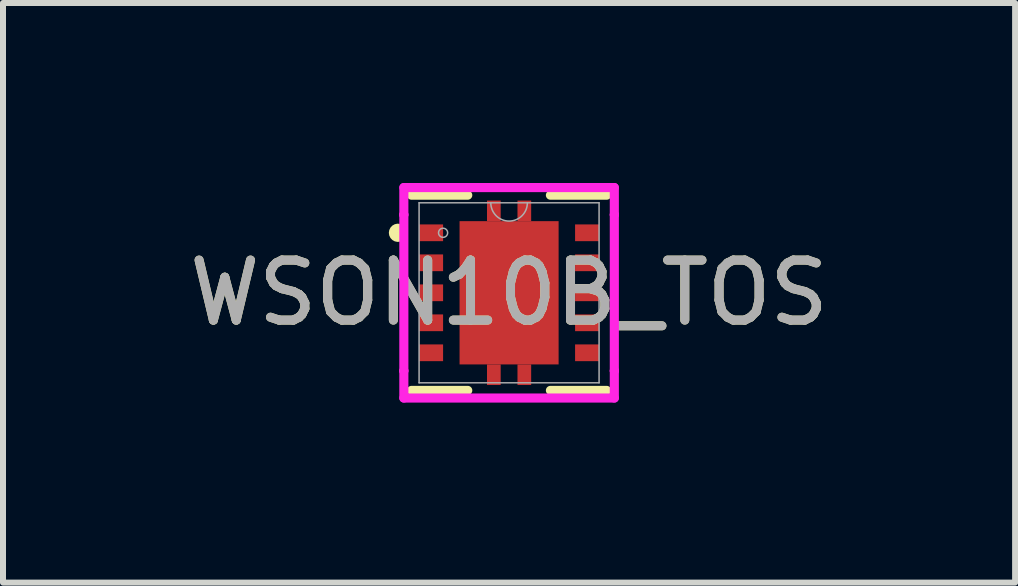
<source format=kicad_pcb>
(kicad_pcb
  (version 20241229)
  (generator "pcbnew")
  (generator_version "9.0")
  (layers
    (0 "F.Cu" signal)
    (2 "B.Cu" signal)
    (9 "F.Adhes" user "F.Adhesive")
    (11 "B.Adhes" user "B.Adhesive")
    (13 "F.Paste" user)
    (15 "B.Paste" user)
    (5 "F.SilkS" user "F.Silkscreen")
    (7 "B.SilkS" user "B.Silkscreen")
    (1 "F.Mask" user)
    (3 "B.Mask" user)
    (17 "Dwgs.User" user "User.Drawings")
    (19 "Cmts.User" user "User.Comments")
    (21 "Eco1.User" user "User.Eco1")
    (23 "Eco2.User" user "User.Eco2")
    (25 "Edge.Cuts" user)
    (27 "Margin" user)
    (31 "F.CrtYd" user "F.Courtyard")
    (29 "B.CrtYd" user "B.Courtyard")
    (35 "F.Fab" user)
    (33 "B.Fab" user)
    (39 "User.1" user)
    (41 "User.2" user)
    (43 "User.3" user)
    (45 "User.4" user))
  (footprint "WSON10B_TOS"
    (layer "F.Cu")
    (at 5.435 1.83)
    (property "Reference" "WSON10B_TOS" (at 0 0 0) (unlocked yes) (layer "F.SilkS") (effects (font (size 1 1) (thickness 0.15))))
    (attr smd)
    (fp_poly (pts (xy -0.368 -1.194) (xy -0.368 -1.537) (xy -0.14 -1.537) (xy -0.14 -1.194)) (stroke (width 0) (type solid)) (fill yes) (layer "F.Cu"))
    (fp_poly (pts (xy -0.368 1.194) (xy -0.368 1.537) (xy -0.14 1.537) (xy -0.14 1.194)) (stroke (width 0) (type solid)) (fill yes) (layer "F.Cu"))
    (fp_poly (pts (xy 0.368 -1.194) (xy 0.368 -1.537) (xy 0.14 -1.537) (xy 0.14 -1.194)) (stroke (width 0) (type solid)) (fill yes) (layer "F.Cu"))
    (fp_poly (pts (xy 0.368 1.194) (xy 0.368 1.537) (xy 0.14 1.537) (xy 0.14 1.194)) (stroke (width 0) (type solid)) (fill yes) (layer "F.Cu"))
    (fp_poly (pts (xy -0.368 -1.194) (xy -0.368 -1.537) (xy -0.14 -1.537) (xy -0.14 -1.194)) (stroke (width 0) (type solid)) (fill yes) (layer "F.Mask"))
    (fp_poly (pts (xy -0.368 1.194) (xy -0.368 1.537) (xy -0.14 1.537) (xy -0.14 1.194)) (stroke (width 0) (type solid)) (fill yes) (layer "F.Mask"))
    (fp_poly (pts (xy 0.368 -1.194) (xy 0.368 -1.537) (xy 0.14 -1.537) (xy 0.14 -1.194)) (stroke (width 0) (type solid)) (fill yes) (layer "F.Mask"))
    (fp_poly (pts (xy 0.368 1.194) (xy 0.368 1.537) (xy 0.14 1.537) (xy 0.14 1.194)) (stroke (width 0) (type solid)) (fill yes) (layer "F.Mask"))
    (fp_line (start -1.627 1.627) (end -0.689 1.627) (stroke (width 0.152) (type solid)) (layer "F.SilkS"))
    (fp_line (start -0.689 -1.627) (end -1.627 -1.627) (stroke (width 0.152) (type solid)) (layer "F.SilkS"))
    (fp_line (start 0.689 1.627) (end 1.627 1.627) (stroke (width 0.152) (type solid)) (layer "F.SilkS"))
    (fp_line (start 1.627 -1.627) (end 0.689 -1.627) (stroke (width 0.152) (type solid)) (layer "F.SilkS"))
    (fp_arc (start -1.832737 -0.926171) (mid -1.927797 -1) (end -1.832737 -1.073829) (stroke (width 0.1524) (type solid)) (layer "F.SilkS"))
    (fp_poly (pts (xy -0.368 -1.194) (xy -0.368 -1.537) (xy -0.14 -1.537) (xy -0.14 -1.194)) (stroke (width 0) (type solid)) (fill yes) (layer "F.Paste"))
    (fp_poly (pts (xy -0.368 1.194) (xy -0.368 1.537) (xy -0.14 1.537) (xy -0.14 1.194)) (stroke (width 0) (type solid)) (fill yes) (layer "F.Paste"))
    (fp_poly (pts (xy 0.368 -1.194) (xy 0.368 -1.537) (xy 0.14 -1.537) (xy 0.14 -1.194)) (stroke (width 0) (type solid)) (fill yes) (layer "F.Paste"))
    (fp_poly (pts (xy 0.368 1.194) (xy 0.368 1.537) (xy 0.14 1.537) (xy 0.14 1.194)) (stroke (width 0) (type solid)) (fill yes) (layer "F.Paste"))
    (fp_line (start -1.754 -1.754) (end 1.754 -1.754) (stroke (width 0.152) (type solid)) (layer "F.CrtYd"))
    (fp_line (start -1.754 -1.301) (end -1.754 -1.754) (stroke (width 0.152) (type solid)) (layer "F.CrtYd"))
    (fp_line (start -1.754 -1.301) (end -1.754 -1.301) (stroke (width 0.152) (type solid)) (layer "F.CrtYd"))
    (fp_line (start -1.754 1.301) (end -1.754 -1.301) (stroke (width 0.152) (type solid)) (layer "F.CrtYd"))
    (fp_line (start -1.754 1.301) (end -1.754 1.301) (stroke (width 0.152) (type solid)) (layer "F.CrtYd"))
    (fp_line (start -1.754 1.754) (end -1.754 1.301) (stroke (width 0.152) (type solid)) (layer "F.CrtYd"))
    (fp_line (start 1.754 -1.754) (end 1.754 -1.301) (stroke (width 0.152) (type solid)) (layer "F.CrtYd"))
    (fp_line (start 1.754 -1.301) (end 1.754 -1.301) (stroke (width 0.152) (type solid)) (layer "F.CrtYd"))
    (fp_line (start 1.754 -1.301) (end 1.754 1.301) (stroke (width 0.152) (type solid)) (layer "F.CrtYd"))
    (fp_line (start 1.754 1.301) (end 1.754 1.301) (stroke (width 0.152) (type solid)) (layer "F.CrtYd"))
    (fp_line (start 1.754 1.301) (end 1.754 1.754) (stroke (width 0.152) (type solid)) (layer "F.CrtYd"))
    (fp_line (start 1.754 1.754) (end -1.754 1.754) (stroke (width 0.152) (type solid)) (layer "F.CrtYd"))
    (fp_line (start -1.5 -1.5) (end -1.5 1.5) (stroke (width 0.025) (type solid)) (layer "F.Fab"))
    (fp_line (start -1.5 1.5) (end 1.5 1.5) (stroke (width 0.025) (type solid)) (layer "F.Fab"))
    (fp_line (start 1.5 -1.5) (end -1.5 -1.5) (stroke (width 0.025) (type solid)) (layer "F.Fab"))
    (fp_line (start 1.5 1.5) (end 1.5 -1.5) (stroke (width 0.025) (type solid)) (layer "F.Fab"))
    (fp_arc (start 0.3048 -1.499997) (mid 0 -1.195197) (end -0.3048 -1.499997) (stroke (width 0.0254) (type solid)) (layer "F.Fab"))
    (fp_circle (center -1.1 -1) (end -1.024 -1) (stroke (width 0.025) (type solid)) (fill no) (layer "F.Fab"))
    (fp_text user "${REFERENCE}" (at 0 0 0) (unlocked yes) (layer "F.Fab") (effects (font (size 1 1) (thickness 0.15))))
    (pad "1" smd rect (at -1.3 -1) (size 0.4 0.279) (layers "F.Cu" "F.Mask" "F.Paste"))
    (pad "2" smd rect (at -1.3 -0.5) (size 0.4 0.279) (layers "F.Cu" "F.Mask" "F.Paste"))
    (pad "3" smd rect (at -1.3 0) (size 0.4 0.279) (layers "F.Cu" "F.Mask" "F.Paste"))
    (pad "4" smd rect (at -1.3 0.5) (size 0.4 0.279) (layers "F.Cu" "F.Mask" "F.Paste"))
    (pad "5" smd rect (at -1.3 1) (size 0.4 0.279) (layers "F.Cu" "F.Mask" "F.Paste"))
    (pad "6" smd rect (at 1.3 1) (size 0.4 0.279) (layers "F.Cu" "F.Mask" "F.Paste"))
    (pad "7" smd rect (at 1.3 0.5) (size 0.4 0.279) (layers "F.Cu" "F.Mask" "F.Paste"))
    (pad "8" smd rect (at 1.3 0) (size 0.4 0.279) (layers "F.Cu" "F.Mask" "F.Paste"))
    (pad "9" smd rect (at 1.3 -0.5) (size 0.4 0.279) (layers "F.Cu" "F.Mask" "F.Paste"))
    (pad "10" smd rect (at 1.3 -1) (size 0.4 0.279) (layers "F.Cu" "F.Mask" "F.Paste"))
    (pad "11" smd rect (at 0 0) (size 1.651 2.388) (layers "F.Cu" "F.Mask" "F.Paste")))
  (gr_rect
    (start -3 -3)
    (end 13.869 6.66)
    (stroke (width 0.1) (type default))
    (fill no)
    (layer "Edge.Cuts")))
</source>
